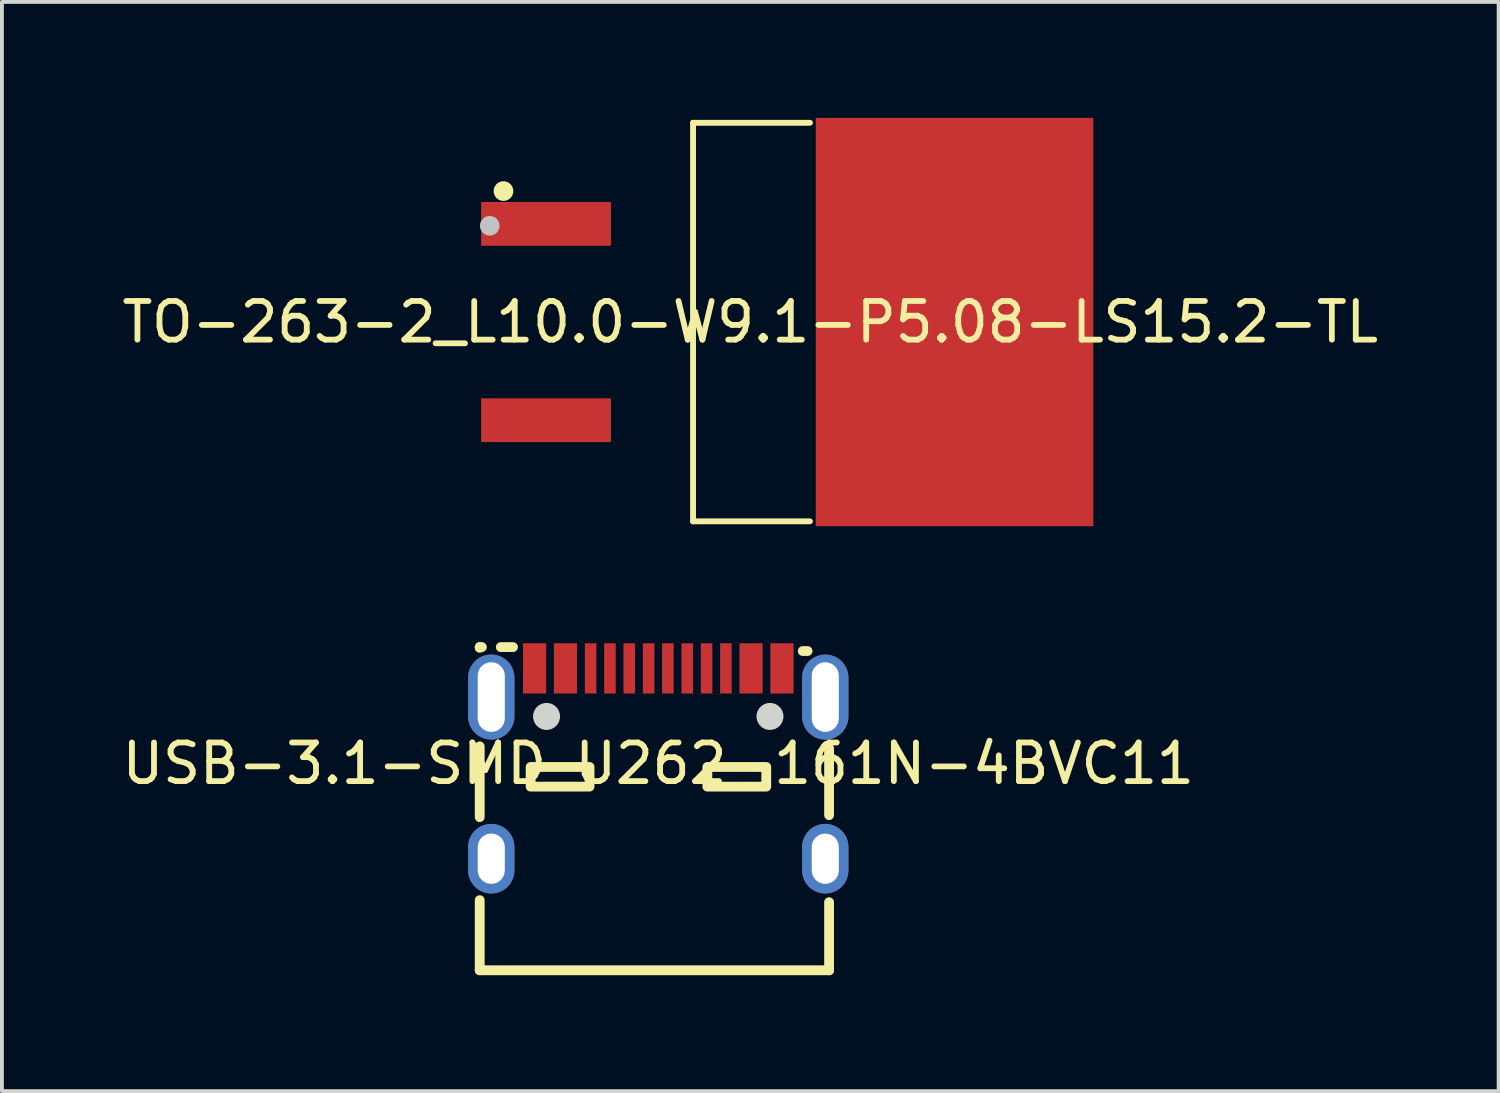
<source format=kicad_pcb>
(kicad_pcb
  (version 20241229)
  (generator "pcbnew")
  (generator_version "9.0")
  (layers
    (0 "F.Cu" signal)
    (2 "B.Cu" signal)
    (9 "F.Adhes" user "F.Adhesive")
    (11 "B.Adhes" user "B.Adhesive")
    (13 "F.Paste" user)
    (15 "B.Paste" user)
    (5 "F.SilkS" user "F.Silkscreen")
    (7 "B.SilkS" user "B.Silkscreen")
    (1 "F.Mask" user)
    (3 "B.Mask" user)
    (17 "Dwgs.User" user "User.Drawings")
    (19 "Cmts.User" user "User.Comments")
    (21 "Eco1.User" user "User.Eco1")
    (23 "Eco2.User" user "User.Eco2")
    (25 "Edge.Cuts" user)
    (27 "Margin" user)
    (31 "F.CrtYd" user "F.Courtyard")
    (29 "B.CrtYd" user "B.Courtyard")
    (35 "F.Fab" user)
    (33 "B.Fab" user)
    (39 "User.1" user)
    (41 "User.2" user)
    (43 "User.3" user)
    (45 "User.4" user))
  (footprint "USB-3.1-SMD_U262-161N-4BVC11"
    (layer "F.Cu")
    (at 13.982 16.706)
    (property "Reference" "USB-3.1-SMD_U262-161N-4BVC11" (at 0 0 0) (layer "F.SilkS") (effects (font (size 1 1) (thickness 0.15))))
    (fp_line (start -4.62 -3.013) (end -4.564 -3.013) (stroke (width 0.254) (type default)) (layer "F.SilkS"))
    (fp_line (start -4.62 -2.994) (end -4.62 -3.013) (stroke (width 0.254) (type default)) (layer "F.SilkS"))
    (fp_line (start -4.62 1.387) (end -4.62 -0.445) (stroke (width 0.254) (type default)) (layer "F.SilkS"))
    (fp_line (start -4.62 5.349) (end -4.62 3.535) (stroke (width 0.254) (type default)) (layer "F.SilkS"))
    (fp_line (start -4.074 -3.013) (end -3.759 -3.013) (stroke (width 0.254) (type default)) (layer "F.SilkS"))
    (fp_line (start 3.739 -2.911) (end 3.864 -2.911) (stroke (width 0.254) (type default)) (layer "F.SilkS"))
    (fp_line (start 4.42 -0.394) (end 4.42 1.336) (stroke (width 0.254) (type default)) (layer "F.SilkS"))
    (fp_line (start 4.42 3.587) (end 4.42 5.349) (stroke (width 0.254) (type default)) (layer "F.SilkS"))
    (fp_line (start 4.42 5.349) (end -4.62 5.349) (stroke (width 0.254) (type default)) (layer "F.SilkS"))
    (fp_rect (start -3.302 0.089) (end -1.778 0.597) (stroke (width 0.254) (type default)) (fill no) (layer "F.SilkS"))
    (fp_rect (start 1.27 0.089) (end 2.794 0.597) (stroke (width 0.254) (type default)) (fill no) (layer "F.SilkS"))
    (fp_poly (pts (xy -3.5 -3.111) (xy -2.901 -3.111) (xy -2.901 -1.811) (xy -3.5 -1.811)) (stroke (width 0) (type default)) (fill yes) (layer "F.Paste"))
    (fp_poly (pts (xy -2.7 -3.111) (xy -2.1 -3.111) (xy -2.1 -1.811) (xy -2.7 -1.811)) (stroke (width 0) (type default)) (fill yes) (layer "F.Paste"))
    (fp_poly (pts (xy -1.9 -3.111) (xy -1.6 -3.111) (xy -1.6 -1.811) (xy -1.9 -1.811)) (stroke (width 0) (type default)) (fill yes) (layer "F.Paste"))
    (fp_poly (pts (xy -1.399 -3.111) (xy -1.1 -3.111) (xy -1.1 -1.811) (xy -1.399 -1.811)) (stroke (width 0) (type default)) (fill yes) (layer "F.Paste"))
    (fp_poly (pts (xy -0.899 -3.111) (xy -0.6 -3.111) (xy -0.6 -1.811) (xy -0.899 -1.811)) (stroke (width 0) (type default)) (fill yes) (layer "F.Paste"))
    (fp_poly (pts (xy -0.399 -3.111) (xy -0.099 -3.111) (xy -0.099 -1.811) (xy -0.399 -1.811)) (stroke (width 0) (type default)) (fill yes) (layer "F.Paste"))
    (fp_poly (pts (xy 0.099 -3.111) (xy 0.399 -3.111) (xy 0.399 -1.811) (xy 0.099 -1.811)) (stroke (width 0) (type default)) (fill yes) (layer "F.Paste"))
    (fp_poly (pts (xy 0.6 -3.111) (xy 0.899 -3.111) (xy 0.899 -1.811) (xy 0.6 -1.811)) (stroke (width 0) (type default)) (fill yes) (layer "F.Paste"))
    (fp_poly (pts (xy 1.1 -3.111) (xy 1.399 -3.111) (xy 1.399 -1.811) (xy 1.1 -1.811)) (stroke (width 0) (type default)) (fill yes) (layer "F.Paste"))
    (fp_poly (pts (xy 1.6 -3.111) (xy 1.9 -3.111) (xy 1.9 -1.811) (xy 1.6 -1.811)) (stroke (width 0) (type default)) (fill yes) (layer "F.Paste"))
    (fp_poly (pts (xy 2.1 -3.111) (xy 2.7 -3.111) (xy 2.7 -1.811) (xy 2.1 -1.811)) (stroke (width 0) (type default)) (fill yes) (layer "F.Paste"))
    (fp_poly (pts (xy 2.901 -3.111) (xy 3.5 -3.111) (xy 3.5 -1.811) (xy 2.901 -1.811)) (stroke (width 0) (type default)) (fill yes) (layer "F.Paste"))
    (fp_poly (pts (arc (start -4.92 -2.22) (mid -4.3205 -2.815513) (end -3.721 -2.22)) (arc (start -3.721 -1.219) (mid -4.3205 -0.623487) (end -4.92 -1.219))) (stroke (width 0) (type default)) (fill yes) (layer "F.Paste"))
    (fp_poly (pts (arc (start -4.92 2.1615) (mid -4.3205 1.565987) (end -3.721 2.1615)) (arc (start -3.721 2.761) (mid -4.3205 3.356513) (end -4.92 2.761))) (stroke (width 0) (type default)) (fill yes) (layer "F.Paste"))
    (fp_poly (pts (arc (start 3.721 -2.22) (mid 4.3205 -2.8195) (end 4.92 -2.22)) (arc (start 4.92 -1.219) (mid 4.3205 -0.6195) (end 3.721 -1.219))) (stroke (width 0) (type default)) (fill yes) (layer "F.Paste"))
    (fp_poly (pts (arc (start 3.721 2.1615) (mid 4.3205 1.562) (end 4.92 2.1615)) (arc (start 4.92 2.761) (mid 4.3205 3.3605) (end 3.721 2.761))) (stroke (width 0) (type default)) (fill yes) (layer "F.Paste"))
    (fp_poly (pts (xy -2.543 -1.265) (xy -2.567 -1.353) (xy -2.612 -1.432) (xy -2.677 -1.497) (xy -2.756 -1.543) (xy -2.845 -1.567) (xy -2.936 -1.567) (xy -3.025 -1.543) (xy -3.104 -1.497) (xy -3.169 -1.432) (xy -3.214 -1.353) (xy -3.238 -1.265) (xy -3.238 -1.173) (xy -3.214 -1.085) (xy -3.169 -1.006) (xy -3.104 -0.941) (xy -3.025 -0.895) (xy -2.936 -0.871) (xy -2.845 -0.871) (xy -2.756 -0.895) (xy -2.677 -0.941) (xy -2.612 -1.006) (xy -2.567 -1.085) (xy -2.543 -1.173)) (stroke (width 0) (type default)) (fill yes) (layer "Edge.Cuts"))
    (fp_poly (pts (xy 3.238 -1.265) (xy 3.214 -1.353) (xy 3.169 -1.432) (xy 3.104 -1.497) (xy 3.025 -1.543) (xy 2.936 -1.567) (xy 2.845 -1.567) (xy 2.756 -1.543) (xy 2.677 -1.497) (xy 2.612 -1.432) (xy 2.567 -1.353) (xy 2.543 -1.265) (xy 2.543 -1.173) (xy 2.567 -1.085) (xy 2.612 -1.006) (xy 2.677 -0.941) (xy 2.756 -0.895) (xy 2.845 -0.871) (xy 2.936 -0.871) (xy 3.025 -0.895) (xy 3.104 -0.941) (xy 3.169 -1.006) (xy 3.214 -1.085) (xy 3.238 -1.173)) (stroke (width 0) (type default)) (fill yes) (layer "Edge.Cuts"))
    (fp_poly (pts (xy -4.521 -2.268) (xy -4.12 -2.268) (xy -4.12 -1.169) (xy -4.521 -1.169)) (stroke (width 0.1) (type default)) (fill no) (layer "User.1"))
    (fp_poly (pts (xy -4.521 2.062) (xy -4.12 2.062) (xy -4.12 2.86) (xy -4.521 2.86)) (stroke (width 0.1) (type default)) (fill no) (layer "User.1"))
    (fp_poly (pts (xy -3.401 -2.804) (xy -2.999 -2.804) (xy -2.999 -2.106) (xy -3.401 -2.106)) (stroke (width 0.1) (type default)) (fill no) (layer "User.1"))
    (fp_poly (pts (xy -2.601 -2.804) (xy -2.2 -2.804) (xy -2.2 -2.106) (xy -2.601 -2.106)) (stroke (width 0.1) (type default)) (fill no) (layer "User.1"))
    (fp_poly (pts (xy -1.849 -2.804) (xy -1.651 -2.804) (xy -1.651 -2.106) (xy -1.849 -2.106)) (stroke (width 0.1) (type default)) (fill no) (layer "User.1"))
    (fp_poly (pts (xy -1.349 -2.804) (xy -1.151 -2.804) (xy -1.151 -2.106) (xy -1.349 -2.106)) (stroke (width 0.1) (type default)) (fill no) (layer "User.1"))
    (fp_poly (pts (xy -0.851 -2.804) (xy -0.65 -2.804) (xy -0.65 -2.106) (xy -0.851 -2.106)) (stroke (width 0.1) (type default)) (fill no) (layer "User.1"))
    (fp_poly (pts (xy -0.35 -2.804) (xy -0.15 -2.804) (xy -0.15 -2.106) (xy -0.35 -2.106)) (stroke (width 0.1) (type default)) (fill no) (layer "User.1"))
    (fp_poly (pts (xy 0.15 -2.804) (xy 0.35 -2.804) (xy 0.35 -2.106) (xy 0.15 -2.106)) (stroke (width 0.1) (type default)) (fill no) (layer "User.1"))
    (fp_poly (pts (xy 0.65 -2.804) (xy 0.851 -2.804) (xy 0.851 -2.106) (xy 0.65 -2.106)) (stroke (width 0.1) (type default)) (fill no) (layer "User.1"))
    (fp_poly (pts (xy 1.151 -2.804) (xy 1.349 -2.804) (xy 1.349 -2.106) (xy 1.151 -2.106)) (stroke (width 0.1) (type default)) (fill no) (layer "User.1"))
    (fp_poly (pts (xy 1.651 -2.804) (xy 1.849 -2.804) (xy 1.849 -2.106) (xy 1.651 -2.106)) (stroke (width 0.1) (type default)) (fill no) (layer "User.1"))
    (fp_poly (pts (xy 2.2 -2.804) (xy 2.601 -2.804) (xy 2.601 -2.106) (xy 2.2 -2.106)) (stroke (width 0.1) (type default)) (fill no) (layer "User.1"))
    (fp_poly (pts (xy 2.999 -2.804) (xy 3.401 -2.804) (xy 3.401 -2.106) (xy 2.999 -2.106)) (stroke (width 0.1) (type default)) (fill no) (layer "User.1"))
    (fp_poly (pts (xy 4.12 -2.268) (xy 4.521 -2.268) (xy 4.521 -1.169) (xy 4.12 -1.169)) (stroke (width 0.1) (type default)) (fill no) (layer "User.1"))
    (fp_poly (pts (xy 4.12 2.062) (xy 4.521 2.062) (xy 4.521 2.86) (xy 4.12 2.86)) (stroke (width 0.1) (type default)) (fill no) (layer "User.1"))
    (fp_line (start -4.321 -2.223) (end 4.316 -2.223) (stroke (width 0.051) (type default)) (layer "User.2"))
    (fp_line (start -4.321 5.07) (end -4.321 -2.223) (stroke (width 0.051) (type default)) (layer "User.2"))
    (fp_line (start 4.316 -2.223) (end 4.316 5.07) (stroke (width 0.051) (type default)) (layer "User.2"))
    (fp_line (start 4.316 5.07) (end -4.321 5.07) (stroke (width 0.051) (type default)) (layer "User.2"))
    (fp_poly (pts (xy -4.462 -2.827) (xy -4.495 -2.86) (xy -4.542 -2.86) (xy -4.575 -2.827) (xy -4.575 -2.781) (xy -4.542 -2.748) (xy -4.495 -2.748) (xy -4.462 -2.781)) (stroke (width 0.1) (type default)) (fill no) (layer "User.3"))
    (pad "A1B12" smd rect (at -3.2 -2.462) (size 0.6 1.3) (layers "F.Cu" "F.Mask" "F.Paste"))
    (pad "A4B9" smd rect (at -2.401 -2.462) (size 0.6 1.3) (layers "F.Cu" "F.Mask" "F.Paste"))
    (pad "A5" smd rect (at -1.25 -2.462) (size 0.299 1.3) (layers "F.Cu" "F.Mask" "F.Paste"))
    (pad "A6" smd rect (at -0.249 -2.462) (size 0.299 1.3) (layers "F.Cu" "F.Mask" "F.Paste"))
    (pad "A7" smd rect (at 0.249 -2.462) (size 0.299 1.3) (layers "F.Cu" "F.Mask" "F.Paste"))
    (pad "A8" smd rect (at 1.25 -2.462) (size 0.299 1.3) (layers "F.Cu" "F.Mask" "F.Paste"))
    (pad "B1A12" smd rect (at 3.2 -2.462) (size 0.6 1.3) (layers "F.Cu" "F.Mask" "F.Paste"))
    (pad "B4A9" smd rect (at 2.401 -2.462) (size 0.6 1.3) (layers "F.Cu" "F.Mask" "F.Paste"))
    (pad "B5" smd rect (at 1.75 -2.462) (size 0.299 1.3) (layers "F.Cu" "F.Mask" "F.Paste"))
    (pad "B6" smd rect (at 0.75 -2.462) (size 0.299 1.3) (layers "F.Cu" "F.Mask" "F.Paste"))
    (pad "B7" smd rect (at -0.75 -2.462) (size 0.299 1.3) (layers "F.Cu" "F.Mask" "F.Paste"))
    (pad "B8" smd rect (at -1.75 -2.462) (size 0.299 1.3) (layers "F.Cu" "F.Mask" "F.Paste"))
    (pad "SHELL" thru_hole oval (at -4.321 -1.72) (size 1.199 2.2) (drill oval 0.701 1.801) (layers "*.Cu" "*.Mask"))
    (pad "SHELL" thru_hole oval (at -4.321 2.462) (size 1.199 1.801) (drill oval 0.701 1.3) (layers "*.Cu" "*.Mask"))
    (pad "SHELL" thru_hole oval (at 4.321 -1.72) (size 1.199 2.2) (drill oval 0.701 1.801) (layers "*.Cu" "*.Mask"))
    (pad "SHELL" thru_hole oval (at 4.321 2.462) (size 1.199 1.801) (drill oval 0.701 1.3) (layers "*.Cu" "*.Mask")))
  (footprint "TO-263-2_L10.0-W9.1-P5.08-LS15.2-TL"
    (layer "F.Cu")
    (at 16.363 5.283)
    (property "Reference" "TO-263-2_L10.0-W9.1-P5.08-LS15.2-TL" (at 0 0 0) (layer "F.SilkS") (effects (font (size 1 1) (thickness 0.15))))
    (fp_line (start -1.481 -5.156) (end -1.481 5.156) (stroke (width 0.152) (type default)) (layer "F.SilkS"))
    (fp_line (start 1.544 -5.156) (end -1.481 -5.156) (stroke (width 0.152) (type default)) (layer "F.SilkS"))
    (fp_line (start 1.544 5.156) (end -1.481 5.156) (stroke (width 0.152) (type default)) (layer "F.SilkS"))
    (fp_circle (center -6.386 -3.389) (end -6.258 -3.389) (stroke (width 0.254) (type default)) (fill no) (layer "F.SilkS"))
    (fp_circle (center -6.741 -2.491) (end -6.614 -2.491) (stroke (width 0.254) (type default)) (fill no) (layer "Dwgs.User"))
    (fp_poly (pts (xy -6.632 -2.136) (xy -6.632 -2.944) (xy -4.092 -2.944) (xy -4.092 -2.136)) (stroke (width 0.1) (type default)) (fill no) (layer "User.1"))
    (fp_poly (pts (xy -6.632 2.944) (xy -6.632 2.136) (xy -4.092 2.136) (xy -4.092 2.944)) (stroke (width 0.1) (type default)) (fill no) (layer "User.1"))
    (fp_poly (pts (xy -4.109 -2.136) (xy -4.109 -2.944) (xy -1.379 -2.944) (xy -1.379 -2.136)) (stroke (width 0.1) (type default)) (fill no) (layer "User.1"))
    (fp_poly (pts (xy -4.109 2.944) (xy -4.109 2.136) (xy -1.379 2.136) (xy -1.379 2.944)) (stroke (width 0.1) (type default)) (fill no) (layer "User.1"))
    (fp_poly (pts (xy 1.696 5.08) (xy 1.696 -5.08) (xy 7.549 -5.08) (xy 8.565 -4.064) (xy 8.565 4.064) (xy 7.549 5.08)) (stroke (width 0.1) (type default)) (fill no) (layer "User.1"))
    (fp_line (start -1.389 -5.014) (end 7.709 -5.014) (stroke (width 0.051) (type default)) (layer "User.2"))
    (fp_line (start -1.389 4.986) (end -1.389 -5.014) (stroke (width 0.051) (type default)) (layer "User.2"))
    (fp_line (start 7.709 -5.014) (end 7.709 4.986) (stroke (width 0.051) (type default)) (layer "User.2"))
    (fp_line (start 7.709 4.986) (end -1.389 4.986) (stroke (width 0.051) (type default)) (layer "User.2"))
    (fp_poly (pts (xy -6.545 -5.007) (xy -6.578 -5.04) (xy -6.625 -5.04) (xy -6.658 -5.007) (xy -6.658 -4.96) (xy -6.625 -4.927) (xy -6.578 -4.927) (xy -6.545 -4.96)) (stroke (width 0.1) (type default)) (fill no) (layer "User.3"))
    (pad "1" smd rect (at -5.285 -2.54) (size 3.358 1.133) (layers "F.Cu" "F.Mask" "F.Paste"))
    (pad "3" smd rect (at -5.285 2.54) (size 3.358 1.133) (layers "F.Cu" "F.Mask" "F.Paste"))
    (pad "4" smd rect (at 5.285 0) (size 7.181 10.566) (layers "F.Cu" "F.Mask" "F.Paste")))
  (gr_rect
    (start -3 -3)
    (end 35.726 25.182)
    (stroke (width 0.1) (type default))
    (fill no)
    (layer "Edge.Cuts")))
</source>
